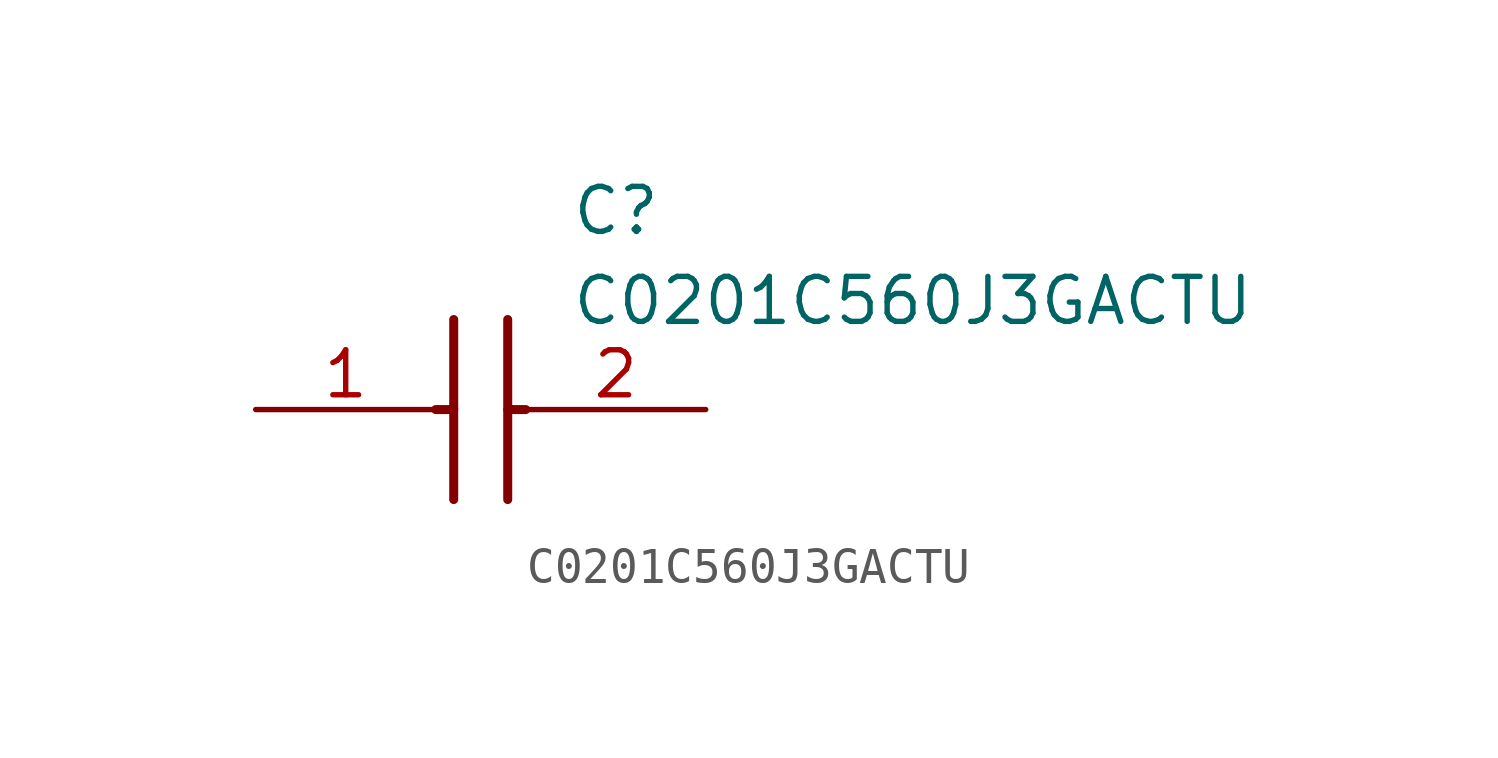
<source format=kicad_sym>
(kicad_symbol_lib
  (version 20211014)
  (generator SamacSys_ECAD_Model)
  (symbol "C0201C560J3GACTU"
    (pin_names hide)
    (property "Reference" "C"
      (at 8.89 6.35 0)
      (effects (font (size 1.27 1.27)) (justify left top)))
    (property "Value" "C0201C560J3GACTU"
      (at 8.89 3.81 0)
      (effects (font (size 1.27 1.27)) (justify left top)))
    (polyline
      (pts (xy 5.588 2.54) (xy 5.588 -2.54))
      (stroke (width 0.254) (type default))
      (fill (type none)))
    (polyline
      (pts (xy 7.112 2.54) (xy 7.112 -2.54))
      (stroke (width 0.254) (type default))
      (fill (type none)))
    (polyline
      (pts (xy 5.08 0) (xy 5.588 0))
      (stroke (width 0.254) (type default))
      (fill (type none)))
    (polyline
      (pts (xy 7.112 0) (xy 7.62 0))
      (stroke (width 0.254) (type default))
      (fill (type none)))
    (pin passive line
      (at 0 0 0)
      (length 5.08)
      (name "1" (effects (font (size 1.27 1.27))))
      (number "1" (effects (font (size 1.27 1.27)))))
    (pin passive line
      (at 12.7 0 180)
      (length 5.08)
      (name "2" (effects (font (size 1.27 1.27))))
      (number "2" (effects (font (size 1.27 1.27)))))))
</source>
